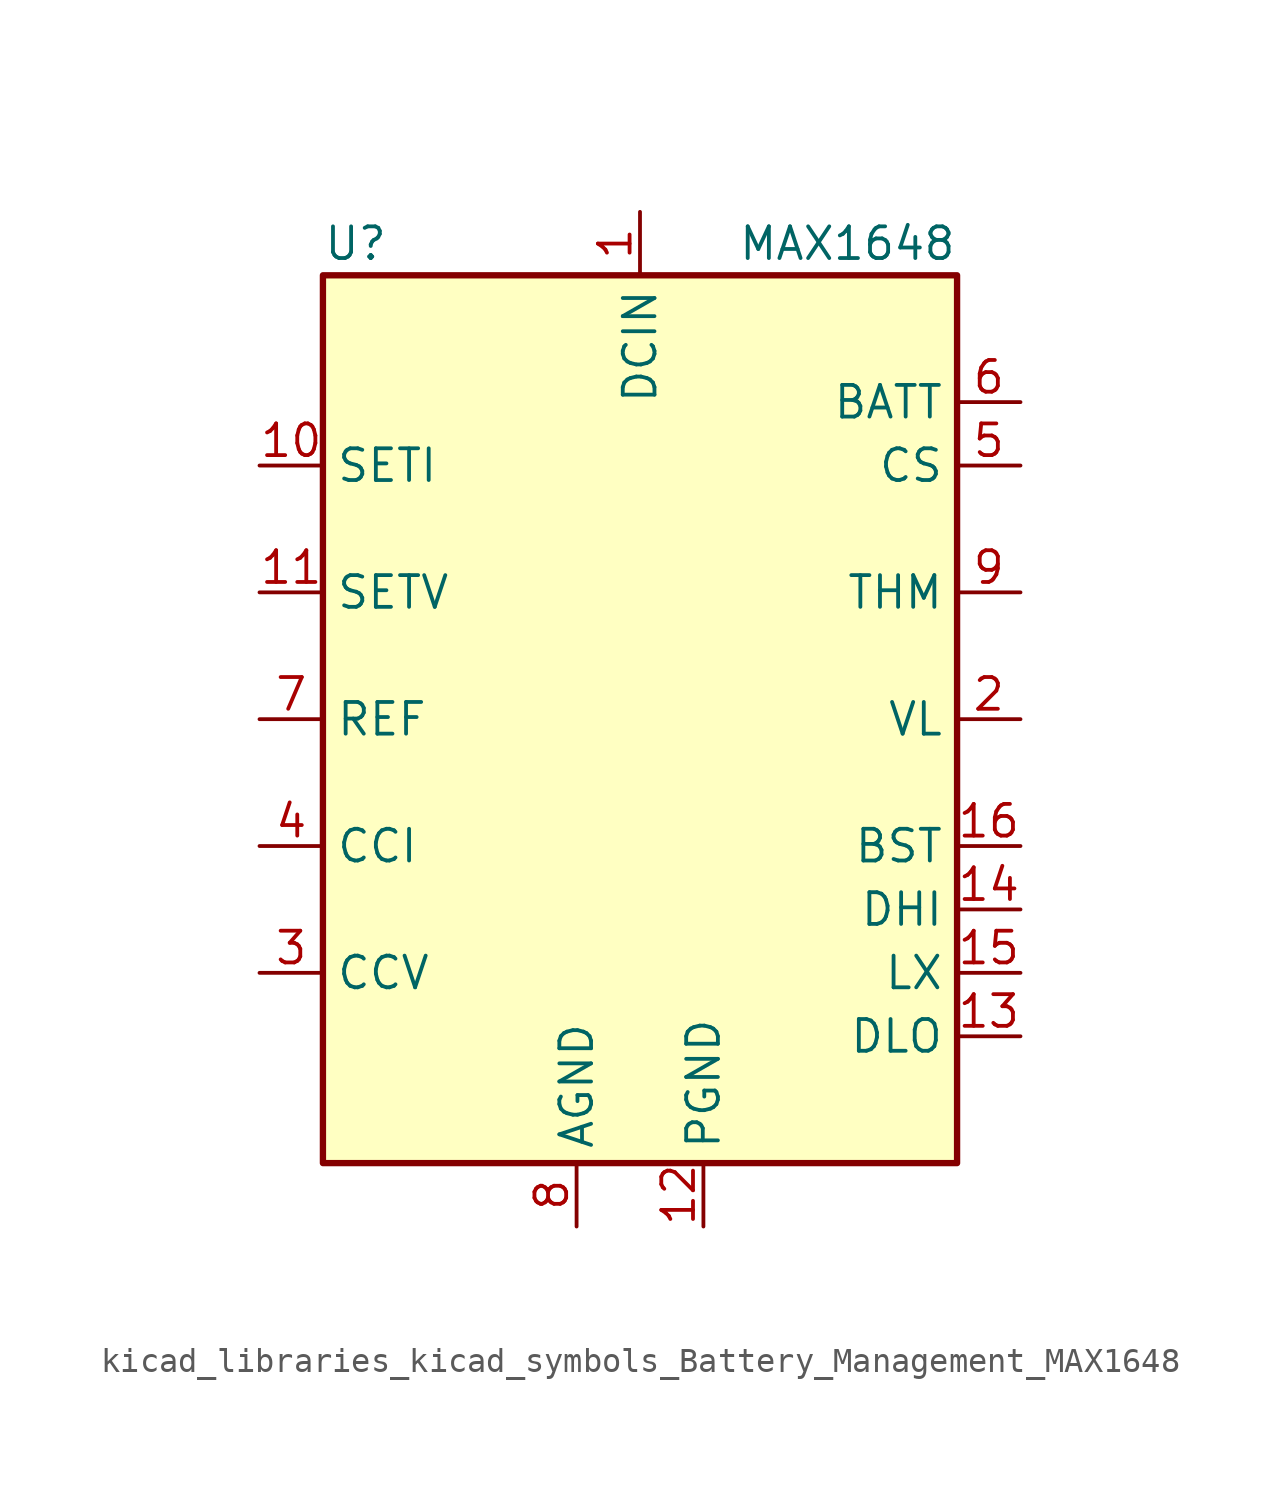
<source format=kicad_sym>
(kicad_symbol_lib
  (version 20220914)
  (generator kicad_symbol_editor)
  (symbol "kicad_libraries_kicad_symbols_Battery_Management_MAX1648"
    (property "Reference" "U"
      (at -12.7 19.05 0)
      (effects (font (size 1.27 1.27)) (justify left)))
    (property "Value" "MAX1648"
      (at 12.7 19.05 0)
      (effects (font (size 1.27 1.27)) (justify right)))
    (symbol "kicad_libraries_kicad_symbols_Battery_Management_MAX1648_0_1"
      (rectangle (start -12.7 17.78) (end 12.7 -17.78) (stroke (width 0.254) (type default)) (fill (type background))))
    (symbol "kicad_libraries_kicad_symbols_Battery_Management_MAX1648_1_1"
      (pin power_in line (at 0 20.32 270) (length 2.54) (name "DCIN" (effects (font (size 1.27 1.27)))) (number "1" (effects (font (size 1.27 1.27)))))
      (pin input line (at -15.24 10.16 0) (length 2.54) (name "SETI" (effects (font (size 1.27 1.27)))) (number "10" (effects (font (size 1.27 1.27)))))
      (pin input line (at -15.24 5.08 0) (length 2.54) (name "SETV" (effects (font (size 1.27 1.27)))) (number "11" (effects (font (size 1.27 1.27)))))
      (pin power_in line (at 2.54 -20.32 90) (length 2.54) (name "PGND" (effects (font (size 1.27 1.27)))) (number "12" (effects (font (size 1.27 1.27)))))
      (pin output line (at 15.24 -12.7 180) (length 2.54) (name "DLO" (effects (font (size 1.27 1.27)))) (number "13" (effects (font (size 1.27 1.27)))))
      (pin output line (at 15.24 -7.62 180) (length 2.54) (name "DHI" (effects (font (size 1.27 1.27)))) (number "14" (effects (font (size 1.27 1.27)))))
      (pin input line (at 15.24 -10.16 180) (length 2.54) (name "LX" (effects (font (size 1.27 1.27)))) (number "15" (effects (font (size 1.27 1.27)))))
      (pin power_in line (at 15.24 -5.08 180) (length 2.54) (name "BST" (effects (font (size 1.27 1.27)))) (number "16" (effects (font (size 1.27 1.27)))))
      (pin power_out line (at 15.24 0 180) (length 2.54) (name "VL" (effects (font (size 1.27 1.27)))) (number "2" (effects (font (size 1.27 1.27)))))
      (pin passive line (at -15.24 -10.16 0) (length 2.54) (name "CCV" (effects (font (size 1.27 1.27)))) (number "3" (effects (font (size 1.27 1.27)))))
      (pin passive line (at -15.24 -5.08 0) (length 2.54) (name "CCI" (effects (font (size 1.27 1.27)))) (number "4" (effects (font (size 1.27 1.27)))))
      (pin input line (at 15.24 10.16 180) (length 2.54) (name "CS" (effects (font (size 1.27 1.27)))) (number "5" (effects (font (size 1.27 1.27)))))
      (pin input line (at 15.24 12.7 180) (length 2.54) (name "BATT" (effects (font (size 1.27 1.27)))) (number "6" (effects (font (size 1.27 1.27)))))
      (pin bidirectional line (at -15.24 0 0) (length 2.54) (name "REF" (effects (font (size 1.27 1.27)))) (number "7" (effects (font (size 1.27 1.27)))))
      (pin power_in line (at -2.54 -20.32 90) (length 2.54) (name "AGND" (effects (font (size 1.27 1.27)))) (number "8" (effects (font (size 1.27 1.27)))))
      (pin input line (at 15.24 5.08 180) (length 2.54) (name "THM" (effects (font (size 1.27 1.27)))) (number "9" (effects (font (size 1.27 1.27))))))))
</source>
